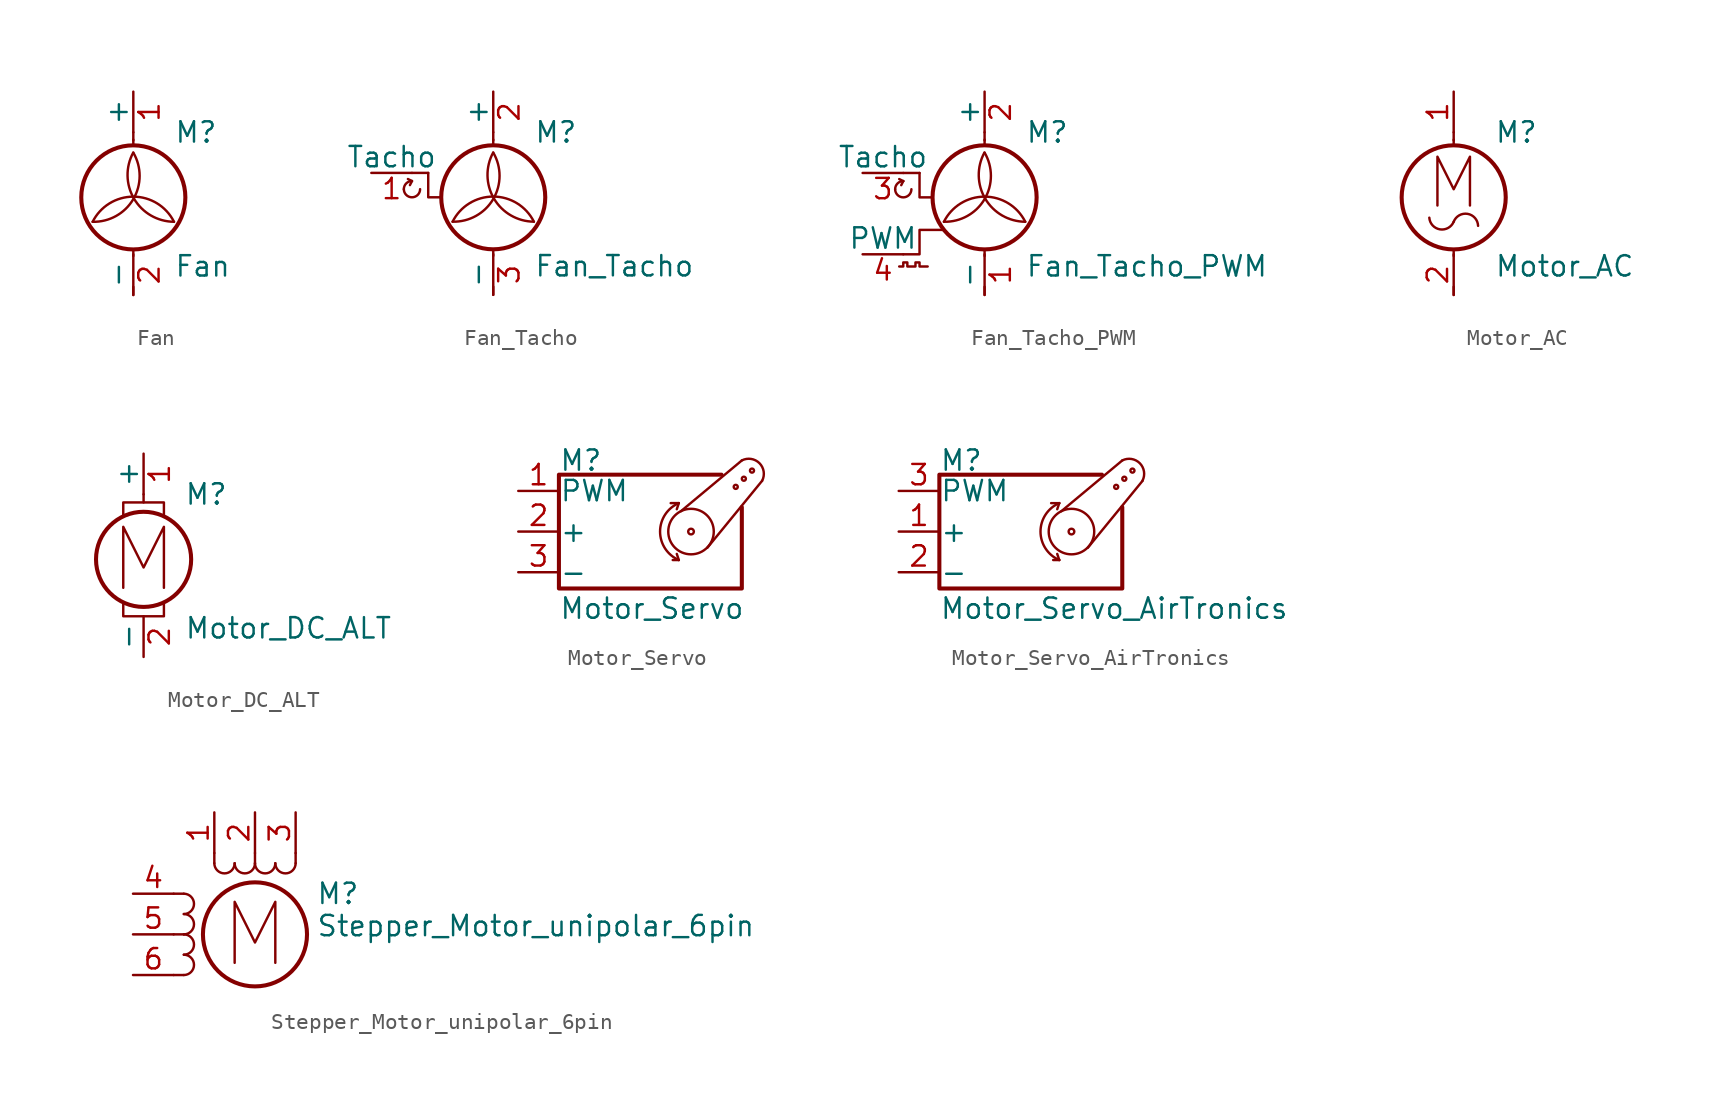
<source format=kicad_sym>
(kicad_symbol_lib
  (version 20211014)
  (generator kicad_symbol_editor)
  (symbol "Fan"
    (pin_names
      (offset 0))
    (property "Reference" "M"
      (at 2.54 5.08 0)
      (effects (font (size 1.27 1.27)) (justify left)))
    (property "Value" "Fan"
      (at 2.54 -2.54 0)
      (effects (font (size 1.27 1.27)) (justify left top)))
    (symbol "Fan_0_1"
      (arc (start -2.54 -0.508) (mid 0.0028 0.9121) (end 0 3.81) (stroke (width 0) (type default) (color 0 0 0 0)) (fill (type none)))
      (polyline (pts (xy 0 -5.08) (xy 0 -4.572)) (stroke (width 0) (type default) (color 0 0 0 0)) (fill (type none)))
      (polyline (pts (xy 0 -2.235) (xy 0 -2.642)) (stroke (width 0) (type default) (color 0 0 0 0)) (fill (type none)))
      (polyline (pts (xy 0 4.267) (xy 0 4.623)) (stroke (width 0) (type default) (color 0 0 0 0)) (fill (type none)))
      (polyline (pts (xy 0 4.572) (xy 0 5.08)) (stroke (width 0) (type default) (color 0 0 0 0)) (fill (type none)))
      (circle (center 0 1.016) (radius 3.251) (stroke (width 0.254) (type default) (color 0 0 0 0)) (fill (type none)))
      (arc (start 0 3.81) (mid 0.053 0.921) (end 2.54 -0.508) (stroke (width 0) (type default) (color 0 0 0 0)) (fill (type none)))
      (arc (start 2.54 -0.508) (mid 0 1.0618) (end -2.54 -0.508) (stroke (width 0) (type default) (color 0 0 0 0)) (fill (type none))))
    (symbol "Fan_1_1"
      (pin passive line (at 0 7.62 270) (length 2.54) (name "+" (effects (font (size 1.27 1.27)))) (number "1" (effects (font (size 1.27 1.27)))))
      (pin passive line (at 0 -5.08 90) (length 2.54) (name "-" (effects (font (size 1.27 1.27)))) (number "2" (effects (font (size 1.27 1.27)))))))
  (symbol "Fan_Tacho"
    (pin_names
      (offset 0))
    (property "Reference" "M"
      (at 2.54 2.54 0)
      (effects (font (size 1.27 1.27)) (justify left)))
    (property "Value" "Fan_Tacho"
      (at 2.54 -5.08 0)
      (effects (font (size 1.27 1.27)) (justify left top)))
    (symbol "Fan_Tacho_0_0"
      (arc (start -5.588 -1.016) (mid -5.08 -1.524) (end -4.572 -1.016) (stroke (width 0) (type default) (color 0 0 0 0)) (fill (type none)))
      (arc (start -5.08 -0.508) (mid -5.4392 -0.6568) (end -5.588 -1.016) (stroke (width 0) (type default) (color 0 0 0 0)) (fill (type none)))
      (polyline (pts (xy -5.08 -0.508) (xy -5.334 -0.381)) (stroke (width 0) (type default) (color 0 0 0 0)) (fill (type none)))
      (polyline (pts (xy -5.08 -0.508) (xy -5.207 -0.762)) (stroke (width 0) (type default) (color 0 0 0 0)) (fill (type none)))
      (polyline (pts (xy -4.064 0) (xy -4.064 -1.524) (xy -3.302 -1.524)) (stroke (width 0) (type default) (color 0 0 0 0)) (fill (type none))))
    (symbol "Fan_Tacho_0_1"
      (arc (start -2.54 -3.048) (mid 0.0028 -1.6279) (end 0 1.27) (stroke (width 0) (type default) (color 0 0 0 0)) (fill (type none)))
      (circle (center 0 -1.524) (radius 3.251) (stroke (width 0.254) (type default) (color 0 0 0 0)) (fill (type none)))
      (polyline (pts (xy -4.064 0) (xy -5.08 0)) (stroke (width 0) (type default) (color 0 0 0 0)) (fill (type none)))
      (polyline (pts (xy 0 -7.62) (xy 0 -7.112)) (stroke (width 0) (type default) (color 0 0 0 0)) (fill (type none)))
      (polyline (pts (xy 0 -4.775) (xy 0 -5.182)) (stroke (width 0) (type default) (color 0 0 0 0)) (fill (type none)))
      (polyline (pts (xy 0 1.727) (xy 0 2.083)) (stroke (width 0) (type default) (color 0 0 0 0)) (fill (type none)))
      (polyline (pts (xy 0 2.032) (xy 0 2.54)) (stroke (width 0) (type default) (color 0 0 0 0)) (fill (type none)))
      (arc (start 0 1.27) (mid 0.053 -1.619) (end 2.54 -3.048) (stroke (width 0) (type default) (color 0 0 0 0)) (fill (type none)))
      (arc (start 2.54 -3.048) (mid 0 -1.4782) (end -2.54 -3.048) (stroke (width 0) (type default) (color 0 0 0 0)) (fill (type none))))
    (symbol "Fan_Tacho_1_1"
      (pin passive line (at -7.62 0 0) (length 2.54) (name "Tacho" (effects (font (size 1.27 1.27)))) (number "1" (effects (font (size 1.27 1.27)))))
      (pin passive line (at 0 5.08 270) (length 2.54) (name "+" (effects (font (size 1.27 1.27)))) (number "2" (effects (font (size 1.27 1.27)))))
      (pin passive line (at 0 -7.62 90) (length 2.54) (name "-" (effects (font (size 1.27 1.27)))) (number "3" (effects (font (size 1.27 1.27)))))))
  (symbol "Fan_Tacho_PWM"
    (pin_names
      (offset 0))
    (property "Reference" "M"
      (at 2.54 5.08 0)
      (effects (font (size 1.27 1.27)) (justify left)))
    (property "Value" "Fan_Tacho_PWM"
      (at 2.54 -2.54 0)
      (effects (font (size 1.27 1.27)) (justify left top)))
    (symbol "Fan_Tacho_PWM_0_0"
      (arc (start -5.588 1.524) (mid -5.08 1.016) (end -4.572 1.524) (stroke (width 0) (type default) (color 0 0 0 0)) (fill (type none)))
      (arc (start -5.08 2.032) (mid -5.4392 1.8832) (end -5.588 1.524) (stroke (width 0) (type default) (color 0 0 0 0)) (fill (type none)))
      (polyline (pts (xy -5.08 2.032) (xy -5.334 2.159)) (stroke (width 0) (type default) (color 0 0 0 0)) (fill (type none)))
      (polyline (pts (xy -5.08 2.032) (xy -5.207 1.778)) (stroke (width 0) (type default) (color 0 0 0 0)) (fill (type none)))
      (polyline (pts (xy -4.064 2.54) (xy -4.064 1.016) (xy -3.302 1.016)) (stroke (width 0) (type default) (color 0 0 0 0)) (fill (type none))))
    (symbol "Fan_Tacho_PWM_0_1"
      (arc (start -2.54 -0.508) (mid 0.0028 0.9121) (end 0 3.81) (stroke (width 0) (type default) (color 0 0 0 0)) (fill (type none)))
      (polyline (pts (xy -4.064 2.54) (xy -5.08 2.54)) (stroke (width 0) (type default) (color 0 0 0 0)) (fill (type none)))
      (polyline (pts (xy 0 -5.08) (xy 0 -4.572)) (stroke (width 0) (type default) (color 0 0 0 0)) (fill (type none)))
      (polyline (pts (xy 0 -2.235) (xy 0 -2.642)) (stroke (width 0) (type default) (color 0 0 0 0)) (fill (type none)))
      (polyline (pts (xy 0 4.267) (xy 0 4.623)) (stroke (width 0) (type default) (color 0 0 0 0)) (fill (type none)))
      (polyline (pts (xy 0 4.572) (xy 0 5.08)) (stroke (width 0) (type default) (color 0 0 0 0)) (fill (type none)))
      (polyline (pts (xy -2.54 -1.016) (xy -4.064 -1.016) (xy -4.064 -2.54) (xy -5.08 -2.54)) (stroke (width 0) (type default) (color 0 0 0 0)) (fill (type none)))
      (polyline (pts (xy -5.334 -3.302) (xy -5.08 -3.302) (xy -5.08 -3.048) (xy -4.826 -3.048) (xy -4.826 -3.302) (xy -4.318 -3.302) (xy -4.318 -3.048) (xy -4.064 -3.048) (xy -4.064 -3.302) (xy -3.556 -3.302)) (stroke (width 0) (type default) (color 0 0 0 0)) (fill (type none)))
      (circle (center 0 1.016) (radius 3.251) (stroke (width 0.254) (type default) (color 0 0 0 0)) (fill (type none)))
      (arc (start 0 3.81) (mid 0.053 0.921) (end 2.54 -0.508) (stroke (width 0) (type default) (color 0 0 0 0)) (fill (type none)))
      (arc (start 2.54 -0.508) (mid 0 1.0618) (end -2.54 -0.508) (stroke (width 0) (type default) (color 0 0 0 0)) (fill (type none))))
    (symbol "Fan_Tacho_PWM_1_1"
      (pin passive line (at 0 -5.08 90) (length 2.54) (name "-" (effects (font (size 1.27 1.27)))) (number "1" (effects (font (size 1.27 1.27)))))
      (pin passive line (at 0 7.62 270) (length 2.54) (name "+" (effects (font (size 1.27 1.27)))) (number "2" (effects (font (size 1.27 1.27)))))
      (pin passive line (at -7.62 2.54 0) (length 2.54) (name "Tacho" (effects (font (size 1.27 1.27)))) (number "3" (effects (font (size 1.27 1.27)))))
      (pin input line (at -7.62 -2.54 0) (length 2.54) (name "PWM" (effects (font (size 1.27 1.27)))) (number "4" (effects (font (size 1.27 1.27)))))))
  (symbol "Motor_AC"
    (pin_names
      (offset 0))
    (property "Reference" "M"
      (at 2.54 2.54 0)
      (effects (font (size 1.27 1.27)) (justify left)))
    (property "Value" "Motor_AC"
      (at 2.54 -5.08 0)
      (effects (font (size 1.27 1.27)) (justify left top)))
    (symbol "Motor_AC_0_0"
      (arc (start -1.524 -2.794) (mid -0.8654 -3.5217) (end 0 -3.048) (stroke (width 0) (type default) (color 0 0 0 0)) (fill (type none)))
      (polyline (pts (xy -1.016 -2.032) (xy -1.016 1.016) (xy 0 -1.016) (xy 1.016 1.016) (xy 1.016 -2.032)) (stroke (width 0) (type default) (color 0 0 0 0)) (fill (type none)))
      (arc (start 1.524 -3.302) (mid 0.85 -2.5503) (end 0 -3.048) (stroke (width 0) (type default) (color 0 0 0 0)) (fill (type none))))
    (symbol "Motor_AC_0_1"
      (circle (center 0 -1.524) (radius 3.251) (stroke (width 0.254) (type default) (color 0 0 0 0)) (fill (type none)))
      (polyline (pts (xy 0 -7.62) (xy 0 -7.112)) (stroke (width 0) (type default) (color 0 0 0 0)) (fill (type none)))
      (polyline (pts (xy 0 -4.775) (xy 0 -5.182)) (stroke (width 0) (type default) (color 0 0 0 0)) (fill (type none)))
      (polyline (pts (xy 0 1.727) (xy 0 2.083)) (stroke (width 0) (type default) (color 0 0 0 0)) (fill (type none)))
      (polyline (pts (xy 0 2.032) (xy 0 2.54)) (stroke (width 0) (type default) (color 0 0 0 0)) (fill (type none))))
    (symbol "Motor_AC_1_1"
      (pin passive line (at 0 5.08 270) (length 2.54) (name "~" (effects (font (size 1.27 1.27)))) (number "1" (effects (font (size 1.27 1.27)))))
      (pin passive line (at 0 -7.62 90) (length 2.54) (name "~" (effects (font (size 1.27 1.27)))) (number "2" (effects (font (size 1.27 1.27)))))))
  (symbol "Motor_DC_ALT"
    (pin_names
      (offset 0))
    (property "Reference" "M"
      (at 2.54 2.54 0)
      (effects (font (size 1.27 1.27)) (justify left)))
    (property "Value" "Motor_DC_ALT"
      (at 2.54 -5.08 0)
      (effects (font (size 1.27 1.27)) (justify left top)))
    (symbol "Motor_DC_ALT_0_0"
      (circle (center 0 -1.524) (radius 2.972) (stroke (width 0.254) (type default) (color 0 0 0 0)) (fill (type none)))
      (polyline (pts (xy -1.27 -4.318) (xy -1.27 -5.08) (xy 1.27 -5.08) (xy 1.27 -4.318)) (stroke (width 0) (type default) (color 0 0 0 0)) (fill (type none)))
      (polyline (pts (xy -1.27 1.27) (xy -1.27 2.032) (xy 1.27 2.032) (xy 1.27 1.27)) (stroke (width 0) (type default) (color 0 0 0 0)) (fill (type none)))
      (polyline (pts (xy -1.27 -3.302) (xy -1.27 0.508) (xy 0 -2.032) (xy 1.27 0.508) (xy 1.27 -3.302)) (stroke (width 0) (type default) (color 0 0 0 0)) (fill (type none))))
    (symbol "Motor_DC_ALT_0_1"
      (polyline (pts (xy 0 2.032) (xy 0 2.54)) (stroke (width 0) (type default) (color 0 0 0 0)) (fill (type none))))
    (symbol "Motor_DC_ALT_1_1"
      (pin passive line (at 0 5.08 270) (length 2.54) (name "+" (effects (font (size 1.27 1.27)))) (number "1" (effects (font (size 1.27 1.27)))))
      (pin passive line (at 0 -7.62 90) (length 2.54) (name "-" (effects (font (size 1.27 1.27)))) (number "2" (effects (font (size 1.27 1.27)))))))
  (symbol "Motor_Servo"
    (pin_names
      (offset 0.025))
    (property "Reference" "M"
      (at -5.08 4.445 0)
      (effects (font (size 1.27 1.27)) (justify left)))
    (property "Value" "Motor_Servo"
      (at -5.08 -4.064 0)
      (effects (font (size 1.27 1.27)) (justify left top)))
    (symbol "Motor_Servo_0_1"
      (polyline (pts (xy 2.413 -1.778) (xy 2.032 -1.778)) (stroke (width 0) (type default) (color 0 0 0 0)) (fill (type none)))
      (polyline (pts (xy 2.413 -1.778) (xy 2.286 -1.397)) (stroke (width 0) (type default) (color 0 0 0 0)) (fill (type none)))
      (polyline (pts (xy 2.413 1.778) (xy 1.905 1.778)) (stroke (width 0) (type default) (color 0 0 0 0)) (fill (type none)))
      (polyline (pts (xy 2.413 1.778) (xy 2.286 1.397)) (stroke (width 0) (type default) (color 0 0 0 0)) (fill (type none)))
      (polyline (pts (xy 6.35 4.445) (xy 2.54 1.27)) (stroke (width 0) (type default) (color 0 0 0 0)) (fill (type none)))
      (polyline (pts (xy 7.62 3.175) (xy 4.191 -1.016)) (stroke (width 0) (type default) (color 0 0 0 0)) (fill (type none)))
      (polyline (pts (xy 5.08 3.556) (xy -5.08 3.556) (xy -5.08 -3.556) (xy 6.35 -3.556) (xy 6.35 1.524)) (stroke (width 0.254) (type default) (color 0 0 0 0)) (fill (type none)))
      (arc (start 2.413 1.778) (mid 1.2406 0) (end 2.413 -1.778) (stroke (width 0) (type default) (color 0 0 0 0)) (fill (type none)))
      (circle (center 3.175 0) (radius 0.178) (stroke (width 0) (type default) (color 0 0 0 0)) (fill (type none)))
      (circle (center 3.175 0) (radius 1.422) (stroke (width 0) (type default) (color 0 0 0 0)) (fill (type none)))
      (circle (center 5.969 2.794) (radius 0.127) (stroke (width 0) (type default) (color 0 0 0 0)) (fill (type none)))
      (circle (center 6.477 3.302) (radius 0.127) (stroke (width 0) (type default) (color 0 0 0 0)) (fill (type none)))
      (circle (center 6.985 3.81) (radius 0.127) (stroke (width 0) (type default) (color 0 0 0 0)) (fill (type none)))
      (arc (start 7.62 3.175) (mid 7.4485 4.2735) (end 6.35 4.445) (stroke (width 0) (type default) (color 0 0 0 0)) (fill (type none))))
    (symbol "Motor_Servo_1_1"
      (pin passive line (at -7.62 2.54 0) (length 2.54) (name "PWM" (effects (font (size 1.27 1.27)))) (number "1" (effects (font (size 1.27 1.27)))))
      (pin passive line (at -7.62 0 0) (length 2.54) (name "+" (effects (font (size 1.27 1.27)))) (number "2" (effects (font (size 1.27 1.27)))))
      (pin passive line (at -7.62 -2.54 0) (length 2.54) (name "-" (effects (font (size 1.27 1.27)))) (number "3" (effects (font (size 1.27 1.27)))))))
  (symbol "Motor_Servo_AirTronics"
    (pin_names
      (offset 0.025))
    (property "Reference" "M"
      (at -5.08 4.445 0)
      (effects (font (size 1.27 1.27)) (justify left)))
    (property "Value" "Motor_Servo_AirTronics"
      (at -5.08 -4.064 0)
      (effects (font (size 1.27 1.27)) (justify left top)))
    (symbol "Motor_Servo_AirTronics_0_1"
      (polyline (pts (xy 2.413 -1.778) (xy 2.032 -1.778)) (stroke (width 0) (type default) (color 0 0 0 0)) (fill (type none)))
      (polyline (pts (xy 2.413 -1.778) (xy 2.286 -1.397)) (stroke (width 0) (type default) (color 0 0 0 0)) (fill (type none)))
      (polyline (pts (xy 2.413 1.778) (xy 1.905 1.778)) (stroke (width 0) (type default) (color 0 0 0 0)) (fill (type none)))
      (polyline (pts (xy 2.413 1.778) (xy 2.286 1.397)) (stroke (width 0) (type default) (color 0 0 0 0)) (fill (type none)))
      (polyline (pts (xy 6.35 4.445) (xy 2.54 1.27)) (stroke (width 0) (type default) (color 0 0 0 0)) (fill (type none)))
      (polyline (pts (xy 7.62 3.175) (xy 4.191 -1.016)) (stroke (width 0) (type default) (color 0 0 0 0)) (fill (type none)))
      (polyline (pts (xy 6.35 1.524) (xy 6.35 -3.556) (xy -5.08 -3.556) (xy -5.08 3.556) (xy 5.08 3.556)) (stroke (width 0.254) (type default) (color 0 0 0 0)) (fill (type none)))
      (arc (start 2.413 1.778) (mid 1.2406 0) (end 2.413 -1.778) (stroke (width 0) (type default) (color 0 0 0 0)) (fill (type none)))
      (circle (center 3.175 0) (radius 0.178) (stroke (width 0) (type default) (color 0 0 0 0)) (fill (type none)))
      (circle (center 3.175 0) (radius 1.422) (stroke (width 0) (type default) (color 0 0 0 0)) (fill (type none)))
      (circle (center 5.969 2.794) (radius 0.127) (stroke (width 0) (type default) (color 0 0 0 0)) (fill (type none)))
      (circle (center 6.477 3.302) (radius 0.127) (stroke (width 0) (type default) (color 0 0 0 0)) (fill (type none)))
      (circle (center 6.985 3.81) (radius 0.127) (stroke (width 0) (type default) (color 0 0 0 0)) (fill (type none)))
      (arc (start 7.62 3.175) (mid 7.4485 4.2735) (end 6.35 4.445) (stroke (width 0) (type default) (color 0 0 0 0)) (fill (type none))))
    (symbol "Motor_Servo_AirTronics_1_1"
      (pin passive line (at -7.62 0 0) (length 2.54) (name "+" (effects (font (size 1.27 1.27)))) (number "1" (effects (font (size 1.27 1.27)))))
      (pin passive line (at -7.62 -2.54 0) (length 2.54) (name "-" (effects (font (size 1.27 1.27)))) (number "2" (effects (font (size 1.27 1.27)))))
      (pin passive line (at -7.62 2.54 0) (length 2.54) (name "PWM" (effects (font (size 1.27 1.27)))) (number "3" (effects (font (size 1.27 1.27)))))))
  (symbol "Stepper_Motor_unipolar_6pin"
    (pin_names
      (offset 0) hide)
    (property "Reference" "M"
      (at 3.81 2.54 0)
      (effects (font (size 1.27 1.27)) (justify left)))
    (property "Value" "Stepper_Motor_unipolar_6pin"
      (at 3.81 1.27 0)
      (effects (font (size 1.27 1.27)) (justify left top)))
    (symbol "Stepper_Motor_unipolar_6pin_0_0"
      (polyline (pts (xy -1.27 -1.778) (xy -1.27 2.032) (xy 0 -0.508) (xy 1.27 2.032) (xy 1.27 -1.778)) (stroke (width 0) (type default) (color 0 0 0 0)) (fill (type none))))
    (symbol "Stepper_Motor_unipolar_6pin_0_1"
      (arc (start -4.445 -2.54) (mid -3.81 -1.905) (end -4.445 -1.27) (stroke (width 0) (type default) (color 0 0 0 0)) (fill (type none)))
      (arc (start -4.445 -1.27) (mid -3.81 -0.635) (end -4.445 0) (stroke (width 0) (type default) (color 0 0 0 0)) (fill (type none)))
      (arc (start -4.445 0) (mid -3.81 0.635) (end -4.445 1.27) (stroke (width 0) (type default) (color 0 0 0 0)) (fill (type none)))
      (arc (start -4.445 1.27) (mid -3.81 1.905) (end -4.445 2.54) (stroke (width 0) (type default) (color 0 0 0 0)) (fill (type none)))
      (arc (start -2.54 4.445) (mid -1.905 3.81) (end -1.27 4.445) (stroke (width 0) (type default) (color 0 0 0 0)) (fill (type none)))
      (arc (start -1.27 4.445) (mid -0.635 3.81) (end 0 4.445) (stroke (width 0) (type default) (color 0 0 0 0)) (fill (type none)))
      (polyline (pts (xy -5.08 -2.54) (xy -4.445 -2.54)) (stroke (width 0) (type default) (color 0 0 0 0)) (fill (type none)))
      (polyline (pts (xy -5.08 2.54) (xy -4.445 2.54)) (stroke (width 0) (type default) (color 0 0 0 0)) (fill (type none)))
      (polyline (pts (xy -4.445 0) (xy -5.08 0)) (stroke (width 0) (type default) (color 0 0 0 0)) (fill (type none)))
      (polyline (pts (xy -2.54 4.445) (xy -2.54 5.08)) (stroke (width 0) (type default) (color 0 0 0 0)) (fill (type none)))
      (polyline (pts (xy 0 4.445) (xy 0 5.08)) (stroke (width 0) (type default) (color 0 0 0 0)) (fill (type none)))
      (polyline (pts (xy 2.54 4.445) (xy 2.54 5.08)) (stroke (width 0) (type default) (color 0 0 0 0)) (fill (type none)))
      (circle (center 0 0) (radius 3.251) (stroke (width 0.254) (type default) (color 0 0 0 0)) (fill (type none)))
      (arc (start 0 4.445) (mid 0.635 3.81) (end 1.27 4.445) (stroke (width 0) (type default) (color 0 0 0 0)) (fill (type none)))
      (arc (start 1.27 4.445) (mid 1.905 3.81) (end 2.54 4.445) (stroke (width 0) (type default) (color 0 0 0 0)) (fill (type none))))
    (symbol "Stepper_Motor_unipolar_6pin_1_1"
      (pin passive line (at -2.54 7.62 270) (length 2.54) (name "~" (effects (font (size 1.27 1.27)))) (number "1" (effects (font (size 1.27 1.27)))))
      (pin passive line (at 0 7.62 270) (length 2.54) (name "~" (effects (font (size 1.27 1.27)))) (number "2" (effects (font (size 1.27 1.27)))))
      (pin passive line (at 2.54 7.62 270) (length 2.54) (name "-" (effects (font (size 1.27 1.27)))) (number "3" (effects (font (size 1.27 1.27)))))
      (pin passive line (at -7.62 2.54 0) (length 2.54) (name "~" (effects (font (size 1.27 1.27)))) (number "4" (effects (font (size 1.27 1.27)))))
      (pin passive line (at -7.62 0 0) (length 2.54) (name "~" (effects (font (size 1.27 1.27)))) (number "5" (effects (font (size 1.27 1.27)))))
      (pin passive line (at -7.62 -2.54 0) (length 2.54) (name "~" (effects (font (size 1.27 1.27)))) (number "6" (effects (font (size 1.27 1.27))))))))
</source>
